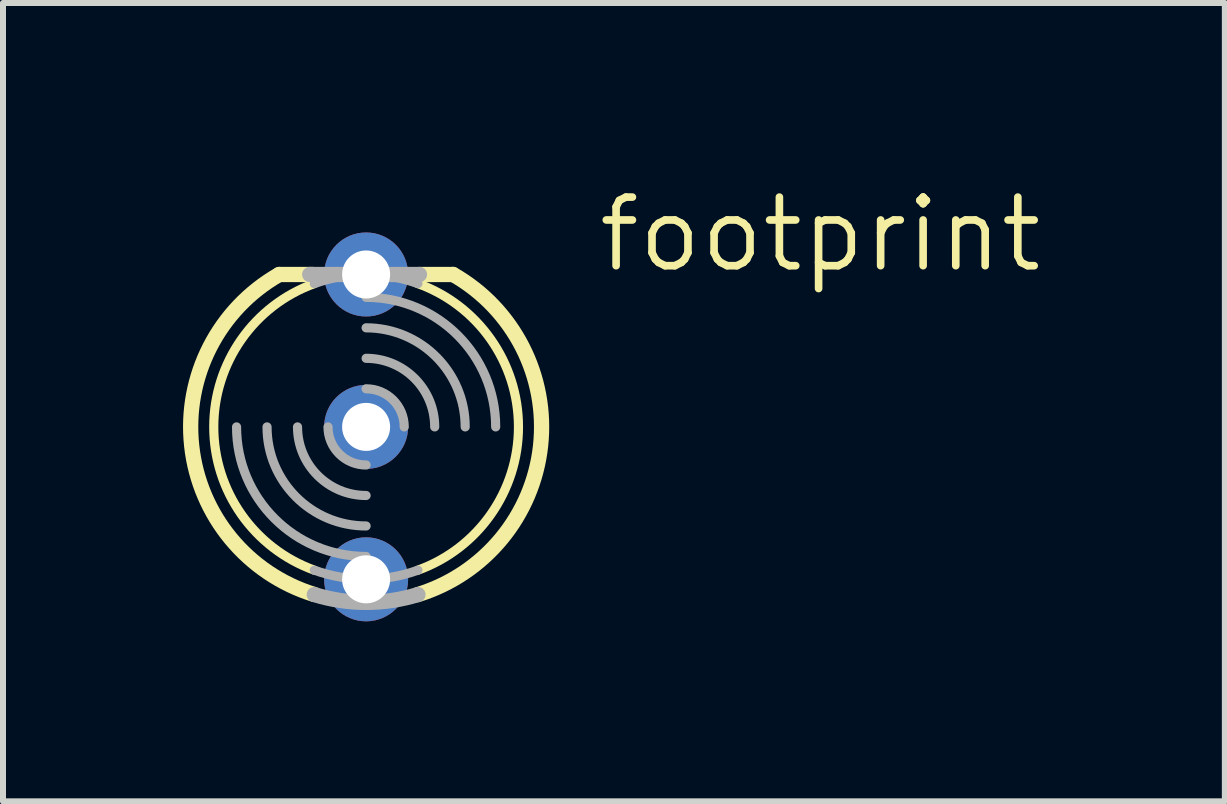
<source format=kicad_pcb>
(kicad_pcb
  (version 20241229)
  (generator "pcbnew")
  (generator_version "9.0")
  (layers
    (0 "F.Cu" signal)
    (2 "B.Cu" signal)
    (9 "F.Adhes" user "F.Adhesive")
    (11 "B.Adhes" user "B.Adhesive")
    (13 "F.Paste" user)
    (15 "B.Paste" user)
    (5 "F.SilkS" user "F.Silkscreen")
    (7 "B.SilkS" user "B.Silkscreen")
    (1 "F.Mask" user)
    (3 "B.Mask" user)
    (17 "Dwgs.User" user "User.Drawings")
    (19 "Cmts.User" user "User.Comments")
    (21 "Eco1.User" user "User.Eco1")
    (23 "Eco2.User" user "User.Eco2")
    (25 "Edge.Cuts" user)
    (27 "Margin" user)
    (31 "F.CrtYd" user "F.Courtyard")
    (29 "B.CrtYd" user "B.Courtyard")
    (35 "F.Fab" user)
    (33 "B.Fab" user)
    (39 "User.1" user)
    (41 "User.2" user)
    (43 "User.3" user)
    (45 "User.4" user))
  (footprint "footprint"
    (layer "F.Cu")
    (at 3.051 4.064)
    (property "Reference" "footprint" (at 3.81 -2.54 0) (layer "F.SilkS") (effects (font (size 1.143 1.143) (thickness 0.127)) (justify left bottom)))
    (fp_line (start -1.448 -2.54) (end -0.889 -2.54) (stroke (width 0.254) (type solid)) (layer "F.SilkS"))
    (fp_line (start 0.889 -2.54) (end 1.448 -2.54) (stroke (width 0.254) (type solid)) (layer "F.SilkS"))
    (fp_arc (start -0.8636 2.3876) (mid -2.538984 0) (end -0.8636 -2.3876) (stroke (width 0.1524) (type solid)) (layer "F.SilkS"))
    (fp_arc (start -0.8634 2.7933) (mid -2.906455 0.3185) (end -1.447798 -2.540001) (stroke (width 0.254) (type solid)) (layer "F.SilkS"))
    (fp_arc (start 0.8636 -2.3876) (mid 2.538984 0) (end 0.8636 2.3876) (stroke (width 0.1524) (type solid)) (layer "F.SilkS"))
    (fp_arc (start 1.448201 -2.540698) (mid 2.906916 0.318535) (end 0.8636 2.794) (stroke (width 0.254) (type solid)) (layer "F.SilkS"))
    (fp_line (start -0.94 -2.54) (end 0.889 -2.54) (stroke (width 0.254) (type solid)) (layer "F.Fab"))
    (fp_arc (start -0.8636 -2.3876) (mid 0 -2.538984) (end 0.8636 -2.3876) (stroke (width 0.1524) (type solid)) (layer "F.Fab"))
    (fp_arc (start 0 -2.159) (mid 1.526644 -1.526644) (end 2.159 0) (stroke (width 0.1524) (type solid)) (layer "F.Fab"))
    (fp_arc (start 0 -1.651) (mid 1.167433 -1.167433) (end 1.651 0) (stroke (width 0.1524) (type solid)) (layer "F.Fab"))
    (fp_arc (start 0 -1.143) (mid 0.808223 -0.808223) (end 1.143 0) (stroke (width 0.1524) (type solid)) (layer "F.Fab"))
    (fp_arc (start 0 -0.635) (mid 0.449013 -0.449013) (end 0.635 0) (stroke (width 0.1524) (type solid)) (layer "F.Fab"))
    (fp_arc (start 0 0.635) (mid -0.449013 0.449013) (end -0.635 0) (stroke (width 0.1524) (type solid)) (layer "F.Fab"))
    (fp_arc (start 0 1.143) (mid -0.808223 0.808223) (end -1.143 0) (stroke (width 0.1524) (type solid)) (layer "F.Fab"))
    (fp_arc (start 0 1.651) (mid -1.167433 1.167433) (end -1.651 0) (stroke (width 0.1524) (type solid)) (layer "F.Fab"))
    (fp_arc (start 0 2.159) (mid -1.526644 1.526644) (end -2.159 0) (stroke (width 0.1524) (type solid)) (layer "F.Fab"))
    (fp_arc (start 0.8636 2.3876) (mid 0 2.538984) (end -0.8636 2.3876) (stroke (width 0.1524) (type solid)) (layer "F.Fab"))
    (fp_arc (start 0.8636 2.794) (mid 0 2.924421) (end -0.8636 2.794) (stroke (width 0.254) (type solid)) (layer "F.Fab"))
    (pad "1" thru_hole circle (at 0 -2.54 90) (size 1.4 1.4) (drill 0.8) (layers "*.Cu" "*.Mask"))
    (pad "2" thru_hole circle (at 0 0 90) (size 1.4 1.4) (drill 0.8) (layers "*.Cu" "*.Mask"))
    (pad "3" thru_hole circle (at 0 2.54 90) (size 1.4 1.4) (drill 0.8) (layers "*.Cu" "*.Mask")))
  (gr_rect
    (start -3 -3)
    (end 17.361 10.304)
    (stroke (width 0.1) (type default))
    (fill no)
    (layer "Edge.Cuts")))
</source>
